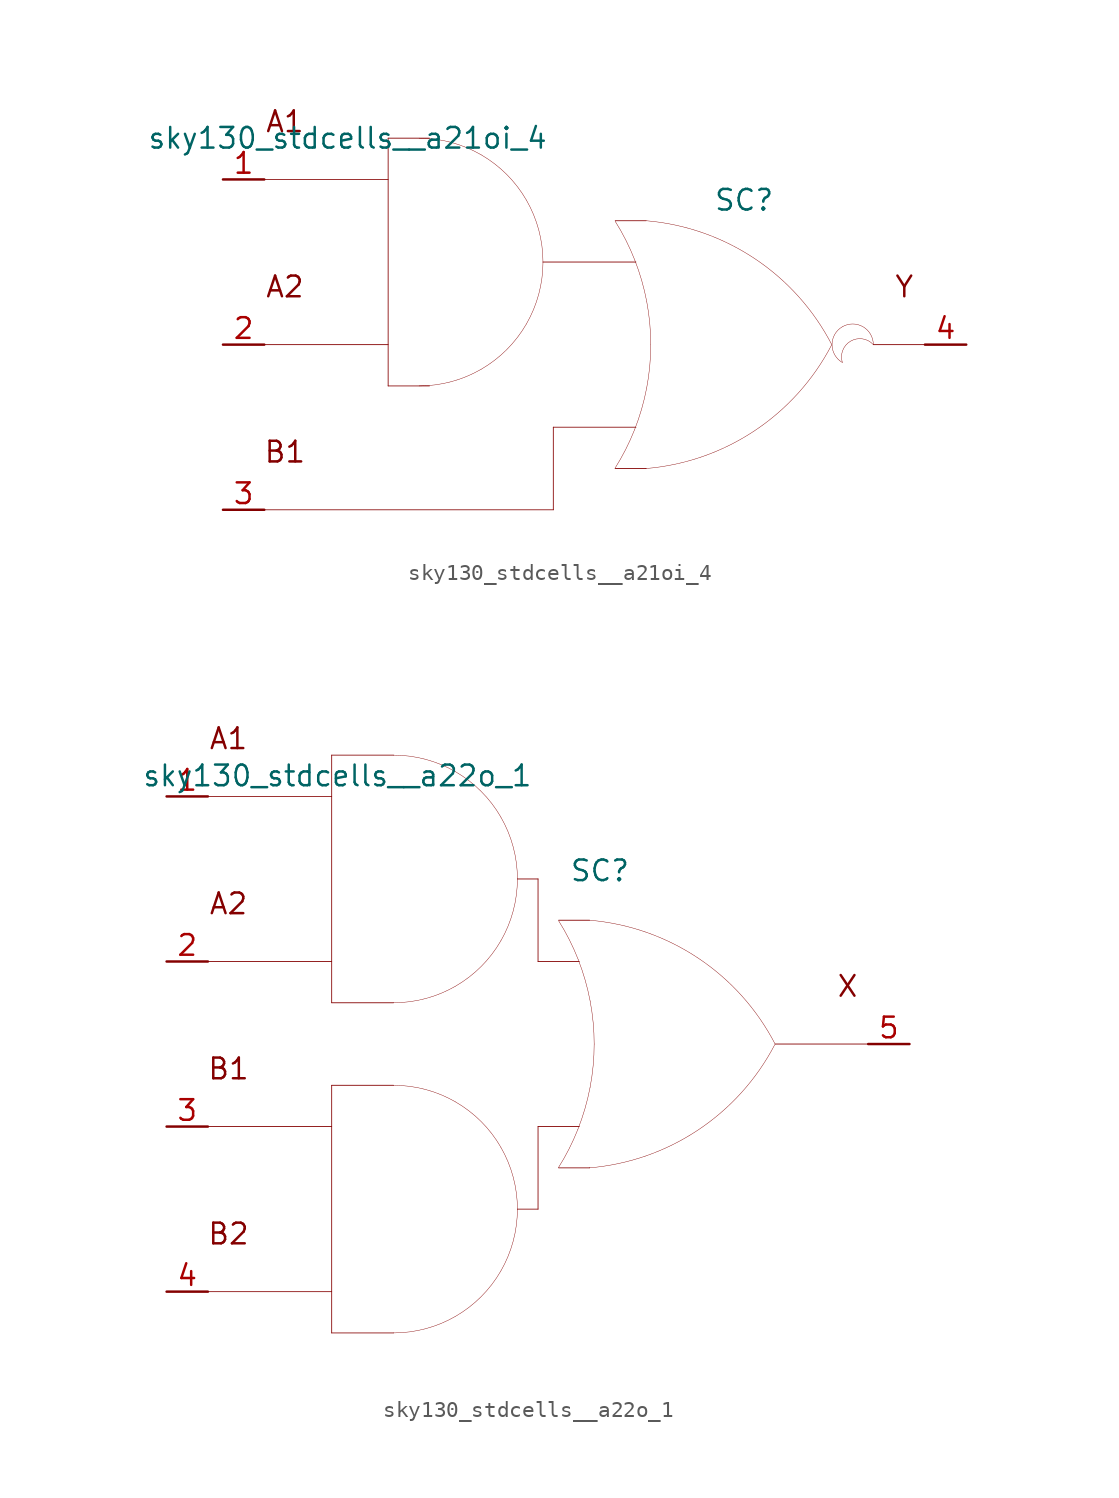
<source format=kicad_sym>
(kicad_symbol_lib
  (version 20211014)
  (generator kicad_symbol_editor)
  (symbol "sky130_stdcells__a21oi_4"
    (pin_names hide)
    (property "Reference" "SC"
      (at 9.195 8.89 0)
      (effects (font (size 1.27 1.27))))
    (property "Value" "sky130_stdcells__a21oi_4"
      (at -2.845 12.7 0)
      (effects (font (size 1.27 1.27)) (justify right)))
    (symbol "sky130_stdcells__a21oi_4_0_0"
      (arc (start -10.795 -2.54) (mid -8.8228 -2.2804) (end -6.985 -1.5191) (stroke (width 0.0254) (type default) (color 0 0 0 0)) (fill (type none)))
      (arc (start -6.985 -1.5191) (mid -5.4069 -0.3081) (end -4.1959 1.27) (stroke (width 0.0254) (type default) (color 0 0 0 0)) (fill (type none)))
      (arc (start -6.985 11.6791) (mid -8.8228 12.4403) (end -10.795 12.7) (stroke (width 0.0254) (type default) (color 0 0 0 0)) (fill (type none)))
      (arc (start -4.1959 1.27) (mid -3.4347 3.1078) (end -3.175 5.08) (stroke (width 0.0254) (type default) (color 0 0 0 0)) (fill (type none)))
      (arc (start -4.1959 8.89) (mid -5.4069 10.4681) (end -6.985 11.6791) (stroke (width 0.0254) (type default) (color 0 0 0 0)) (fill (type none)))
      (arc (start -3.175 5.08) (mid -3.4346 7.0522) (end -4.1959 8.89) (stroke (width 0.0254) (type default) (color 0 0 0 0)) (fill (type none)))
      (polyline (pts (xy -20.32 -10.16) (xy -2.54 -10.16)) (stroke (width 0.051) (type default) (color 0 0 0 0)) (fill (type none)))
      (polyline (pts (xy -20.32 0) (xy -12.7 0)) (stroke (width 0.051) (type default) (color 0 0 0 0)) (fill (type none)))
      (polyline (pts (xy -20.32 10.16) (xy -12.7 10.16)) (stroke (width 0.051) (type default) (color 0 0 0 0)) (fill (type none)))
      (polyline (pts (xy -12.7 -2.54) (xy -10.16 -2.54)) (stroke (width 0.051) (type default) (color 0 0 0 0)) (fill (type none)))
      (polyline (pts (xy -12.7 12.7) (xy -12.7 -2.54)) (stroke (width 0.051) (type default) (color 0 0 0 0)) (fill (type none)))
      (polyline (pts (xy -12.7 12.7) (xy -10.16 12.7)) (stroke (width 0.051) (type default) (color 0 0 0 0)) (fill (type none)))
      (polyline (pts (xy -3.175 5.08) (xy 2.54 5.08)) (stroke (width 0.051) (type default) (color 0 0 0 0)) (fill (type none)))
      (polyline (pts (xy -2.54 -5.08) (xy -2.54 -10.16)) (stroke (width 0.051) (type default) (color 0 0 0 0)) (fill (type none)))
      (polyline (pts (xy -2.54 -5.08) (xy 2.54 -5.08)) (stroke (width 0.051) (type default) (color 0 0 0 0)) (fill (type none)))
      (polyline (pts (xy 1.27 -7.62) (xy 3.175 -7.62)) (stroke (width 0.051) (type default) (color 0 0 0 0)) (fill (type none)))
      (polyline (pts (xy 1.27 7.62) (xy 3.175 7.62)) (stroke (width 0.051) (type default) (color 0 0 0 0)) (fill (type none)))
      (polyline (pts (xy 17.145 0) (xy 20.32 0)) (stroke (width 0.051) (type default) (color 0 0 0 0)) (fill (type none)))
      (arc (start 1.2495 -7.6142) (mid 1.907 -6.458) (end 2.4538 -5.2456) (stroke (width 0.0254) (type default) (color 0 0 0 0)) (fill (type none)))
      (arc (start 2.4538 -5.2456) (mid 2.8887 -3.9755) (end 3.202 -2.6701) (stroke (width 0.0254) (type default) (color 0 0 0 0)) (fill (type none)))
      (arc (start 2.472 5.1993) (mid 1.9238 6.4248) (end 1.2627 7.5932) (stroke (width 0.0254) (type default) (color 0 0 0 0)) (fill (type none)))
      (arc (start 3.1446 -7.6231) (mid 9.8386 -5.2986) (end 14.5755 -0.0284) (stroke (width 0.0254) (type default) (color 0 0 0 0)) (fill (type none)))
      (arc (start 3.202 -2.6701) (mid 3.3912 -1.341) (end 3.4544 0) (stroke (width 0.0254) (type default) (color 0 0 0 0)) (fill (type none)))
      (arc (start 3.2066 2.6456) (mid 2.8989 3.9396) (end 2.472 5.1993) (stroke (width 0.0254) (type default) (color 0 0 0 0)) (fill (type none)))
      (arc (start 3.4544 0) (mid 3.3923 1.3286) (end 3.2066 2.6456) (stroke (width 0.0254) (type default) (color 0 0 0 0)) (fill (type none)))
      (arc (start 14.5983 -0.0156) (mid 9.8798 5.271) (end 3.194 7.6189) (stroke (width 0.0254) (type default) (color 0 0 0 0)) (fill (type none)))
      (arc (start 15.24 1.0999) (mid 14.605 0) (end 15.24 -1.0999) (stroke (width 0.0254) (type default) (color 0 0 0 0)) (fill (type none)))
      (arc (start 17.145 0) (mid 15.2881 0.4743) (end 15.24 -1.0999) (stroke (width 0.0254) (type default) (color 0 0 0 0)) (fill (type none)))
      (arc (start 17.145 0) (mid 16.51 1.0998) (end 15.24 1.0999) (stroke (width 0.0254) (type default) (color 0 0 0 0)) (fill (type none)))
      (text "A1" (at -19.05 13.716 0) (effects (font (size 1.27 1.27))))
      (text "A2" (at -19.05 3.556 0) (effects (font (size 1.27 1.27))))
      (text "B1" (at -19.05 -6.604 0) (effects (font (size 1.27 1.27))))
      (text "Y" (at 19.05 3.556 0) (effects (font (size 1.27 1.27)))))
    (symbol "sky130_stdcells__a21oi_4_1_1"
      (pin input line (at -22.86 10.16 0) (length 2.54) (name "A1" (effects (font (size 1.092 1.092)))) (number "1" (effects (font (size 1.27 1.27)))))
      (pin input line (at -22.86 0 0) (length 2.54) (name "A2" (effects (font (size 1.092 1.092)))) (number "2" (effects (font (size 1.27 1.27)))))
      (pin input line (at -22.86 -10.16 0) (length 2.54) (name "B1" (effects (font (size 1.092 1.092)))) (number "3" (effects (font (size 1.27 1.27)))))
      (pin output line (at 22.86 0 180) (length 2.54) (name "Y" (effects (font (size 1.092 1.092)))) (number "4" (effects (font (size 1.27 1.27)))))))
  (symbol "sky130_stdcells__a22o_1"
    (pin_names hide)
    (property "Reference" "SC"
      (at 3.81 10.668 0)
      (effects (font (size 1.27 1.27))))
    (property "Value" "sky130_stdcells__a22o_1"
      (at -0.305 16.51 0)
      (effects (font (size 1.27 1.27)) (justify right)))
    (symbol "sky130_stdcells__a22o_1_0_0"
      (arc (start -8.89 -17.78) (mid -6.9178 -17.5204) (end -5.08 -16.7591) (stroke (width 0.0254) (type default) (color 0 0 0 0)) (fill (type none)))
      (arc (start -8.89 2.54) (mid -6.9178 2.7996) (end -5.08 3.5609) (stroke (width 0.0254) (type default) (color 0 0 0 0)) (fill (type none)))
      (arc (start -5.08 -16.7591) (mid -3.5019 -15.5481) (end -2.2909 -13.97) (stroke (width 0.0254) (type default) (color 0 0 0 0)) (fill (type none)))
      (arc (start -5.08 -3.5609) (mid -6.9178 -2.7997) (end -8.89 -2.54) (stroke (width 0.0254) (type default) (color 0 0 0 0)) (fill (type none)))
      (arc (start -5.08 3.5609) (mid -3.5019 4.7719) (end -2.2909 6.35) (stroke (width 0.0254) (type default) (color 0 0 0 0)) (fill (type none)))
      (arc (start -5.08 16.7591) (mid -6.9178 17.5203) (end -8.89 17.78) (stroke (width 0.0254) (type default) (color 0 0 0 0)) (fill (type none)))
      (arc (start -2.2909 -13.97) (mid -1.5297 -12.1322) (end -1.27 -10.16) (stroke (width 0.0254) (type default) (color 0 0 0 0)) (fill (type none)))
      (arc (start -2.2909 -6.35) (mid -3.5019 -4.7719) (end -5.08 -3.5609) (stroke (width 0.0254) (type default) (color 0 0 0 0)) (fill (type none)))
      (arc (start -2.2909 6.35) (mid -1.5297 8.1878) (end -1.27 10.16) (stroke (width 0.0254) (type default) (color 0 0 0 0)) (fill (type none)))
      (arc (start -2.2909 13.97) (mid -3.5019 15.5481) (end -5.08 16.7591) (stroke (width 0.0254) (type default) (color 0 0 0 0)) (fill (type none)))
      (arc (start -1.27 -10.16) (mid -1.5296 -8.1878) (end -2.2909 -6.35) (stroke (width 0.0254) (type default) (color 0 0 0 0)) (fill (type none)))
      (arc (start -1.27 10.16) (mid -1.5296 12.1322) (end -2.2909 13.97) (stroke (width 0.0254) (type default) (color 0 0 0 0)) (fill (type none)))
      (polyline (pts (xy -20.32 -15.24) (xy -12.7 -15.24)) (stroke (width 0.051) (type default) (color 0 0 0 0)) (fill (type none)))
      (polyline (pts (xy -20.32 -5.08) (xy -12.7 -5.08)) (stroke (width 0.051) (type default) (color 0 0 0 0)) (fill (type none)))
      (polyline (pts (xy -20.32 5.08) (xy -12.7 5.08)) (stroke (width 0.051) (type default) (color 0 0 0 0)) (fill (type none)))
      (polyline (pts (xy -20.32 15.24) (xy -12.7 15.24)) (stroke (width 0.051) (type default) (color 0 0 0 0)) (fill (type none)))
      (polyline (pts (xy -12.7 -17.78) (xy -8.89 -17.78)) (stroke (width 0.051) (type default) (color 0 0 0 0)) (fill (type none)))
      (polyline (pts (xy -12.7 -2.54) (xy -12.7 -17.78)) (stroke (width 0.051) (type default) (color 0 0 0 0)) (fill (type none)))
      (polyline (pts (xy -12.7 -2.54) (xy -8.89 -2.54)) (stroke (width 0.051) (type default) (color 0 0 0 0)) (fill (type none)))
      (polyline (pts (xy -12.7 2.54) (xy -8.89 2.54)) (stroke (width 0.051) (type default) (color 0 0 0 0)) (fill (type none)))
      (polyline (pts (xy -12.7 17.78) (xy -12.7 2.54)) (stroke (width 0.051) (type default) (color 0 0 0 0)) (fill (type none)))
      (polyline (pts (xy -12.7 17.78) (xy -8.89 17.78)) (stroke (width 0.051) (type default) (color 0 0 0 0)) (fill (type none)))
      (polyline (pts (xy -1.27 -10.16) (xy 0 -10.16)) (stroke (width 0.051) (type default) (color 0 0 0 0)) (fill (type none)))
      (polyline (pts (xy -1.27 10.16) (xy 0 10.16)) (stroke (width 0.051) (type default) (color 0 0 0 0)) (fill (type none)))
      (polyline (pts (xy 0 -5.08) (xy 0 -10.16)) (stroke (width 0.051) (type default) (color 0 0 0 0)) (fill (type none)))
      (polyline (pts (xy 0 -5.08) (xy 2.54 -5.08)) (stroke (width 0.051) (type default) (color 0 0 0 0)) (fill (type none)))
      (polyline (pts (xy 0 5.08) (xy 2.54 5.08)) (stroke (width 0.051) (type default) (color 0 0 0 0)) (fill (type none)))
      (polyline (pts (xy 0 10.16) (xy 0 5.08)) (stroke (width 0.051) (type default) (color 0 0 0 0)) (fill (type none)))
      (polyline (pts (xy 1.27 -7.62) (xy 3.175 -7.62)) (stroke (width 0.051) (type default) (color 0 0 0 0)) (fill (type none)))
      (polyline (pts (xy 1.27 7.62) (xy 3.175 7.62)) (stroke (width 0.051) (type default) (color 0 0 0 0)) (fill (type none)))
      (polyline (pts (xy 14.605 0) (xy 20.32 0)) (stroke (width 0.051) (type default) (color 0 0 0 0)) (fill (type none)))
      (arc (start 1.2495 -7.6142) (mid 1.907 -6.458) (end 2.4538 -5.2456) (stroke (width 0.0254) (type default) (color 0 0 0 0)) (fill (type none)))
      (arc (start 2.4538 -5.2456) (mid 2.8887 -3.9755) (end 3.202 -2.6701) (stroke (width 0.0254) (type default) (color 0 0 0 0)) (fill (type none)))
      (arc (start 2.472 5.1993) (mid 1.9238 6.4248) (end 1.2627 7.5932) (stroke (width 0.0254) (type default) (color 0 0 0 0)) (fill (type none)))
      (arc (start 3.1446 -7.6231) (mid 9.8386 -5.2986) (end 14.5755 -0.0284) (stroke (width 0.0254) (type default) (color 0 0 0 0)) (fill (type none)))
      (arc (start 3.202 -2.6701) (mid 3.3912 -1.341) (end 3.4544 0) (stroke (width 0.0254) (type default) (color 0 0 0 0)) (fill (type none)))
      (arc (start 3.2066 2.6456) (mid 2.8989 3.9396) (end 2.472 5.1993) (stroke (width 0.0254) (type default) (color 0 0 0 0)) (fill (type none)))
      (arc (start 3.4544 0) (mid 3.3923 1.3286) (end 3.2066 2.6456) (stroke (width 0.0254) (type default) (color 0 0 0 0)) (fill (type none)))
      (arc (start 14.5983 -0.0156) (mid 9.8798 5.271) (end 3.194 7.6189) (stroke (width 0.0254) (type default) (color 0 0 0 0)) (fill (type none)))
      (text "A1" (at -19.05 18.796 0) (effects (font (size 1.27 1.27))))
      (text "A2" (at -19.05 8.636 0) (effects (font (size 1.27 1.27))))
      (text "B1" (at -19.05 -1.524 0) (effects (font (size 1.27 1.27))))
      (text "B2" (at -19.05 -11.684 0) (effects (font (size 1.27 1.27))))
      (text "X" (at 19.05 3.556 0) (effects (font (size 1.27 1.27)))))
    (symbol "sky130_stdcells__a22o_1_1_1"
      (pin input line (at -22.86 15.24 0) (length 2.54) (name "A1" (effects (font (size 1.092 1.092)))) (number "1" (effects (font (size 1.27 1.27)))))
      (pin input line (at -22.86 5.08 0) (length 2.54) (name "A2" (effects (font (size 1.092 1.092)))) (number "2" (effects (font (size 1.27 1.27)))))
      (pin input line (at -22.86 -5.08 0) (length 2.54) (name "B1" (effects (font (size 1.092 1.092)))) (number "3" (effects (font (size 1.27 1.27)))))
      (pin input line (at -22.86 -15.24 0) (length 2.54) (name "B2" (effects (font (size 1.092 1.092)))) (number "4" (effects (font (size 1.27 1.27)))))
      (pin output line (at 22.86 0 180) (length 2.54) (name "X" (effects (font (size 1.092 1.092)))) (number "5" (effects (font (size 1.27 1.27))))))))
</source>
